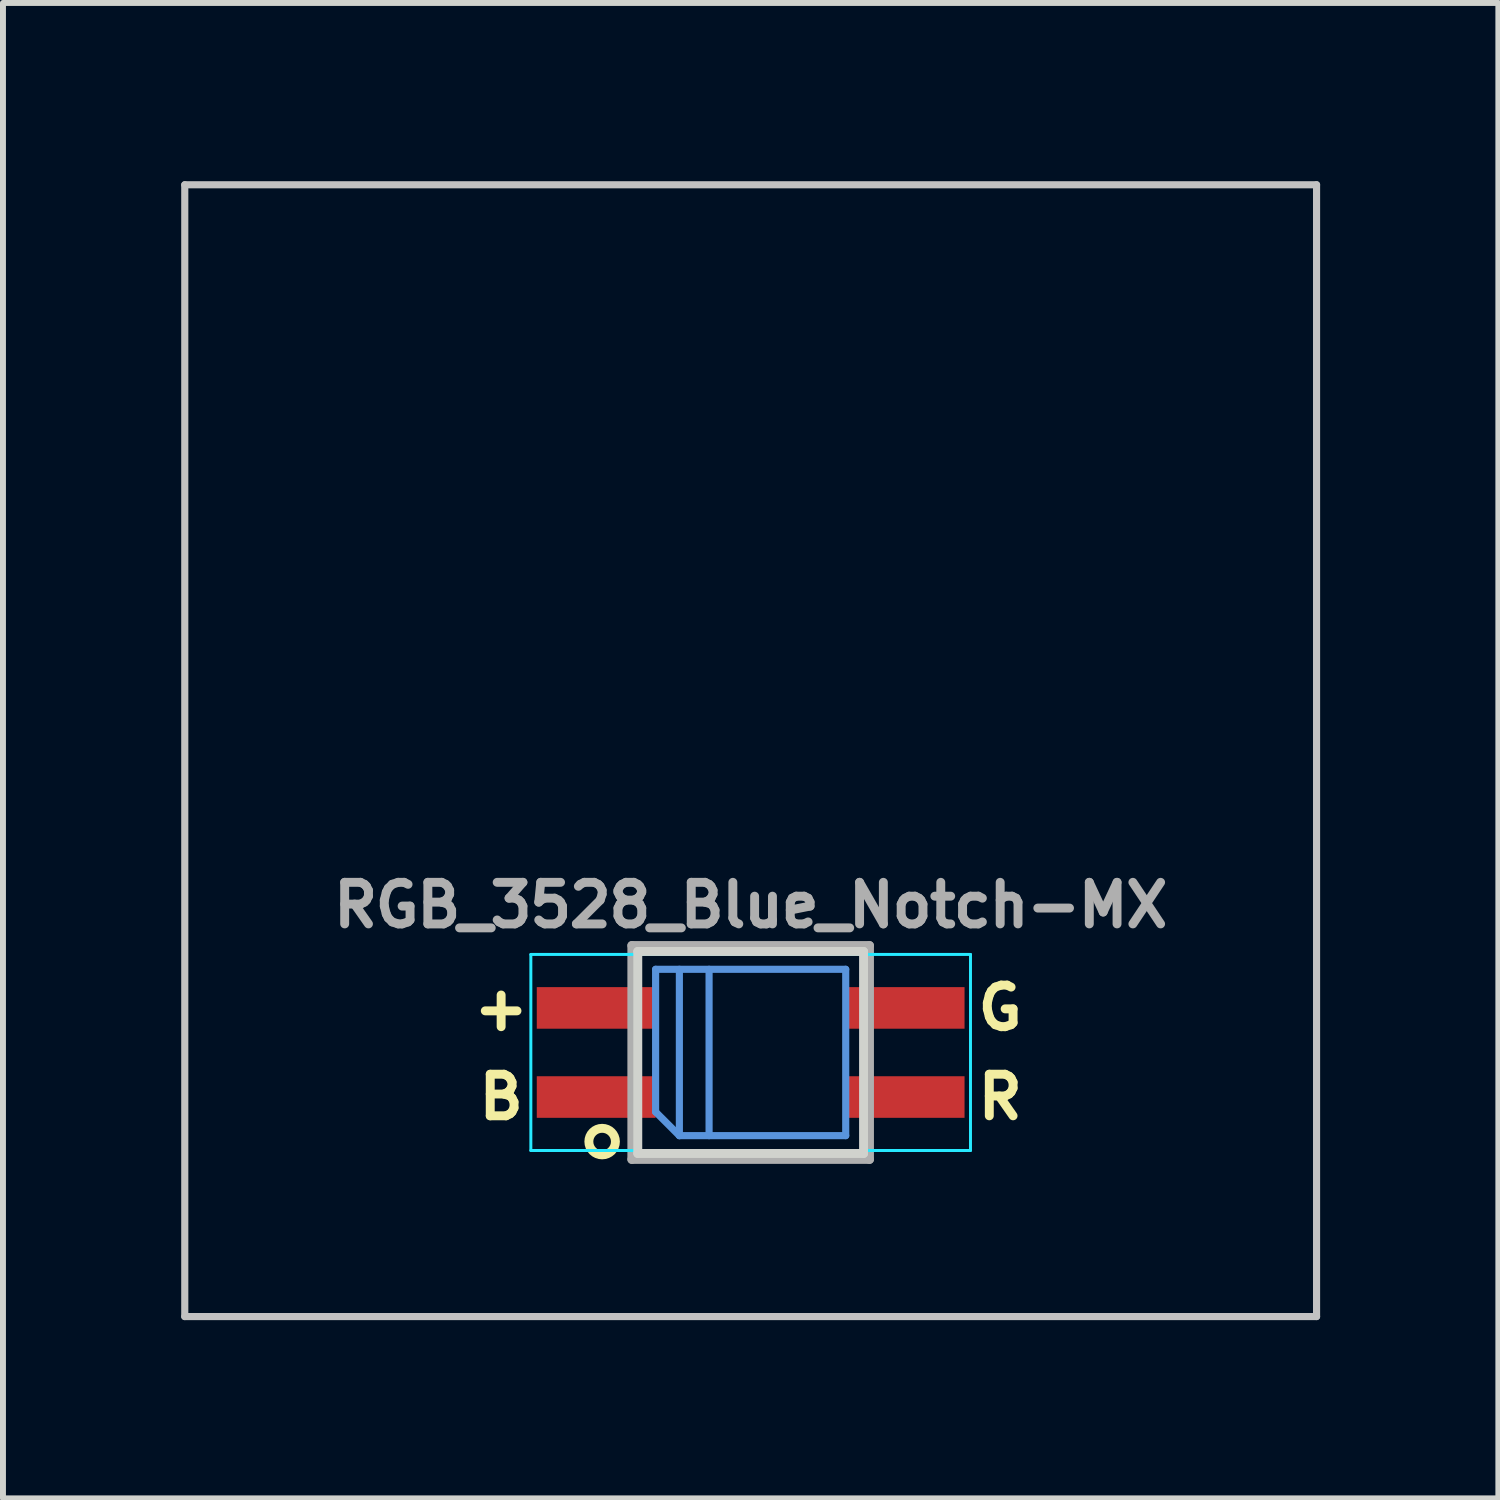
<source format=kicad_pcb>
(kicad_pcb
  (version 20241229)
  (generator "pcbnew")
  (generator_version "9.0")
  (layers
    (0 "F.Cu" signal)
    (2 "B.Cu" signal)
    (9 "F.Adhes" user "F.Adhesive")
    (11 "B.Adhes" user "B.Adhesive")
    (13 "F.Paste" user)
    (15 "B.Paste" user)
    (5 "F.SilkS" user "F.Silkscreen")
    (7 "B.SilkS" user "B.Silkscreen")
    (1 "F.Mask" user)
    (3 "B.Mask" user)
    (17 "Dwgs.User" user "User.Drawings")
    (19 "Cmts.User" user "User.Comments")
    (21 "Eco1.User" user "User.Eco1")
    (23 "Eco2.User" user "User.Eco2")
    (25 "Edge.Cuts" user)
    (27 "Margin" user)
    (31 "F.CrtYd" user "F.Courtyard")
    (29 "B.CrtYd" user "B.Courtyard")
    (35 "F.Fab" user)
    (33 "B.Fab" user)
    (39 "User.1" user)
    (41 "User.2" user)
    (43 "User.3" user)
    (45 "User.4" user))
  (footprint "RGB_3528_Blue_Notch-MX"
    (layer "F.Cu")
    (at 9.585 9.585)
    (property "Reference" "RGB_3528_Blue_Notch-MX" (at 0 2.6 0) (layer "F.Fab") (effects (font (size 0.7 0.7) (thickness 0.15))))
    (attr smd)
    (fp_circle (center -2.5 6.58) (end -2.6 6.38) (stroke (width 0.15) (type solid)) (fill no) (layer "F.SilkS"))
    (fp_line (start -9.525 -9.525) (end -9.525 9.525) (stroke (width 0.12) (type solid)) (layer "Dwgs.User"))
    (fp_line (start 9.525 -9.525) (end -9.525 -9.525) (stroke (width 0.12) (type solid)) (layer "Dwgs.User"))
    (fp_line (start 9.525 -9.525) (end 9.525 9.525) (stroke (width 0.12) (type solid)) (layer "Dwgs.User"))
    (fp_line (start 9.525 9.525) (end -9.525 9.525) (stroke (width 0.12) (type solid)) (layer "Dwgs.User"))
    (fp_line (start -1.6 3.68) (end -1.6 6.08) (stroke (width 0.12) (type solid)) (layer "Cmts.User"))
    (fp_line (start -1.6 6.08) (end -1.2 6.48) (stroke (width 0.12) (type solid)) (layer "Cmts.User"))
    (fp_line (start -1.2 6.48) (end -1.2 3.68) (stroke (width 0.12) (type solid)) (layer "Cmts.User"))
    (fp_line (start -1.2 6.48) (end 1.6 6.48) (stroke (width 0.12) (type solid)) (layer "Cmts.User"))
    (fp_line (start -0.7 3.68) (end -0.7 6.48) (stroke (width 0.12) (type solid)) (layer "Cmts.User"))
    (fp_line (start 1.6 3.68) (end -1.6 3.68) (stroke (width 0.12) (type solid)) (layer "Cmts.User"))
    (fp_line (start 1.6 6.48) (end 1.6 3.68) (stroke (width 0.12) (type solid)) (layer "Cmts.User"))
    (fp_line (start -1.9 3.38) (end -1.9 6.78) (stroke (width 0.15) (type solid)) (layer "Edge.Cuts"))
    (fp_line (start 1.9 3.38) (end -1.9 3.38) (stroke (width 0.15) (type solid)) (layer "Edge.Cuts"))
    (fp_line (start 1.9 3.38) (end 1.9 6.78) (stroke (width 0.15) (type solid)) (layer "Edge.Cuts"))
    (fp_line (start 1.9 6.78) (end -1.9 6.78) (stroke (width 0.15) (type solid)) (layer "Edge.Cuts"))
    (fp_line (start -3.7 3.43) (end 3.7 3.43) (stroke (width 0.05) (type solid)) (layer "B.CrtYd"))
    (fp_line (start -3.7 6.73) (end -3.7 3.43) (stroke (width 0.05) (type solid)) (layer "B.CrtYd"))
    (fp_line (start 3.7 3.43) (end 3.7 6.73) (stroke (width 0.05) (type solid)) (layer "B.CrtYd"))
    (fp_line (start 3.7 6.73) (end -3.7 6.73) (stroke (width 0.05) (type solid)) (layer "B.CrtYd"))
    (fp_line (start -2 3.28) (end 2 3.28) (stroke (width 0.15) (type solid)) (layer "F.Fab"))
    (fp_line (start -2 6.88) (end -2 3.28) (stroke (width 0.15) (type solid)) (layer "F.Fab"))
    (fp_line (start 2 3.28) (end 2 6.88) (stroke (width 0.15) (type solid)) (layer "F.Fab"))
    (fp_line (start 2 6.88) (end -2 6.88) (stroke (width 0.15) (type solid)) (layer "F.Fab"))
    (fp_text user "B" (at -4.2 5.83 0) (layer "F.SilkS") (effects (font (size 0.7 0.7) (thickness 0.15))))
    (fp_text user "G" (at 4.2 4.33 0) (layer "F.SilkS") (effects (font (size 0.7 0.7) (thickness 0.15))))
    (fp_text user "R" (at 4.2 5.83 0) (layer "F.SilkS") (effects (font (size 0.7 0.7) (thickness 0.15))))
    (fp_text user "+" (at -4.2 4.33 0) (layer "F.SilkS") (effects (font (size 0.7 0.7) (thickness 0.15))))
    (pad "1" smd rect (at -2.6 5.83 180) (size 2 0.7) (layers "F.Cu" "F.Mask" "F.Paste"))
    (pad "2" smd rect (at 2.6 5.83 180) (size 2 0.7) (layers "F.Cu" "F.Mask" "F.Paste"))
    (pad "3" smd rect (at -2.6 4.33 180) (size 2 0.7) (layers "F.Cu" "F.Mask" "F.Paste"))
    (pad "4" smd rect (at 2.6 4.33 180) (size 2 0.7) (layers "F.Cu" "F.Mask" "F.Paste")))
  (gr_rect
    (start -3 -3)
    (end 22.17 22.17)
    (stroke (width 0.1) (type default))
    (fill no)
    (layer "Edge.Cuts")))
</source>
